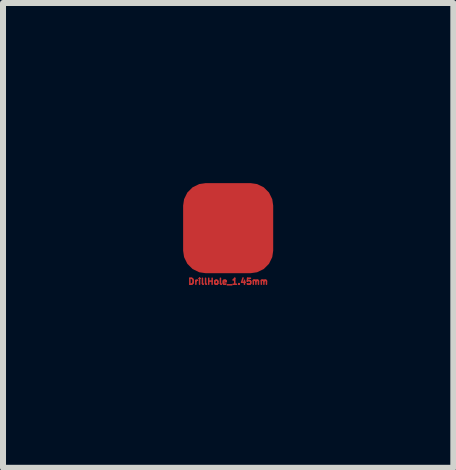
<source format=kicad_pcb>
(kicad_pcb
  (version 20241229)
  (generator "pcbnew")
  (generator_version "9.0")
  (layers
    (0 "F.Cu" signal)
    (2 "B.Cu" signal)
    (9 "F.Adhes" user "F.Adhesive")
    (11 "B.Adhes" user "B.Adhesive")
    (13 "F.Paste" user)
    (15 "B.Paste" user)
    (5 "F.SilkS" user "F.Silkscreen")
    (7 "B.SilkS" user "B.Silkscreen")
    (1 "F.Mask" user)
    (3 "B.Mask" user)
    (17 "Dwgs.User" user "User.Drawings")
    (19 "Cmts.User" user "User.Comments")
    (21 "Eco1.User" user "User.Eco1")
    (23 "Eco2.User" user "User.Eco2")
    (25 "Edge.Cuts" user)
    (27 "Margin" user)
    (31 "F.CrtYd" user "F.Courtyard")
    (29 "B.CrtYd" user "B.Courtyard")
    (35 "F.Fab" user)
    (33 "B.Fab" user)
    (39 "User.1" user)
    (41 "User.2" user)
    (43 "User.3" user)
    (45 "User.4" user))
  (footprint "DrillHole_1.45mm"
    (layer "F.Cu")
    (at 0.75 0.75)
    (property "Reference" "DrillHole_1.45mm" (at 0 0.889 0) (layer "F.Cu") (effects (font (size 0.1 0.1) (thickness 0.025))))
    (attr through_hole)
    (pad "0" smd roundrect (at 0 0) (size 1.5 1.5) (layers "F.Cu" "F.Mask" "F.Paste") (roundrect_rratio 0.25)))
  (gr_rect
    (start -3 -3)
    (end 4.5 4.741)
    (stroke (width 0.1) (type default))
    (fill no)
    (layer "Edge.Cuts")))
</source>
